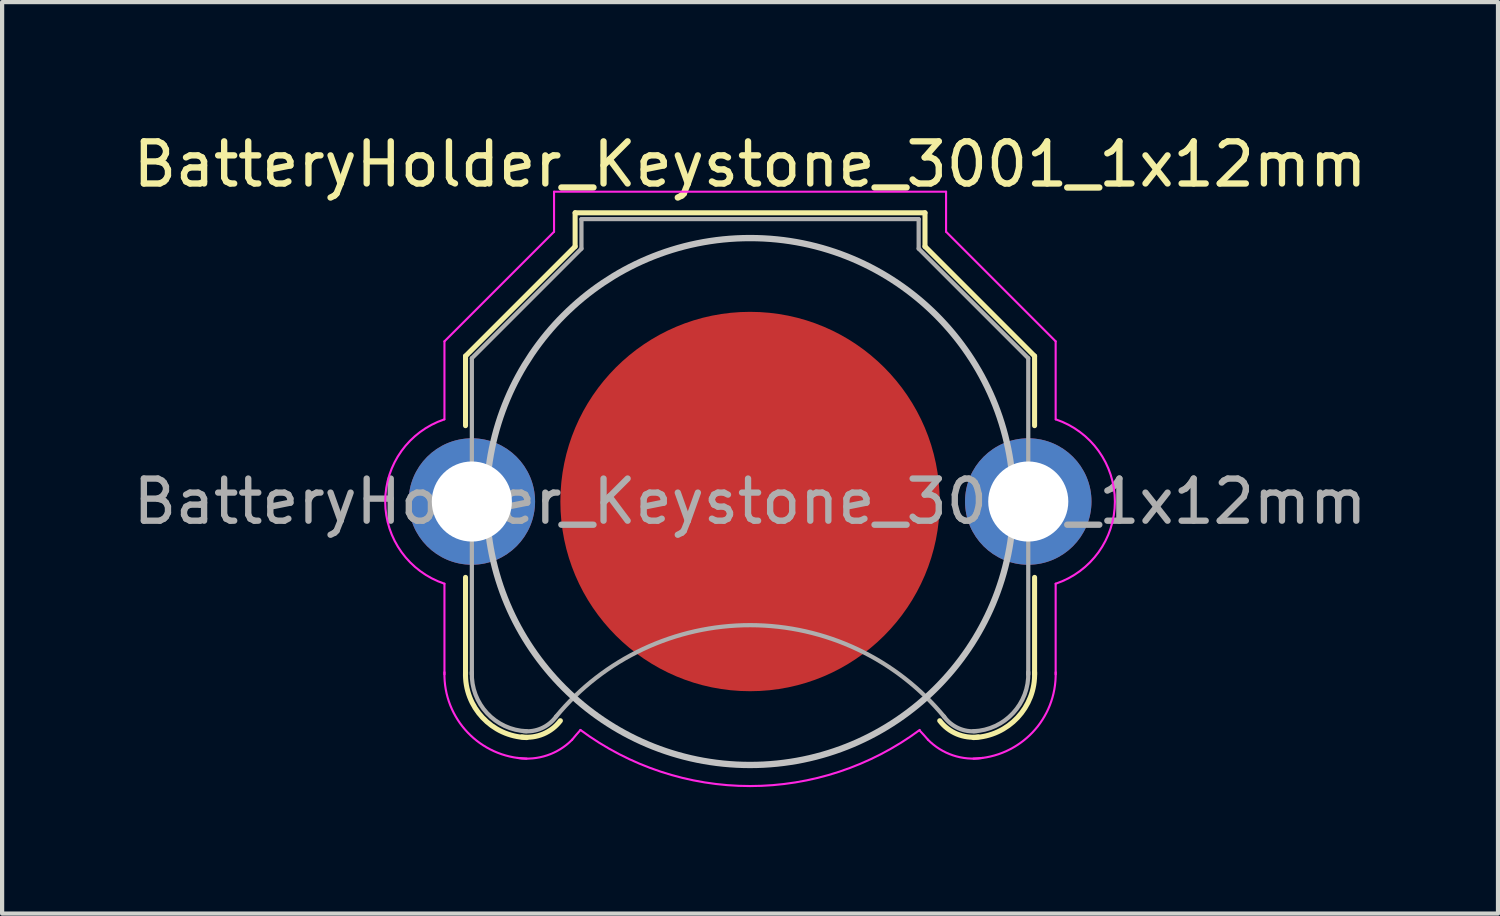
<source format=kicad_pcb>
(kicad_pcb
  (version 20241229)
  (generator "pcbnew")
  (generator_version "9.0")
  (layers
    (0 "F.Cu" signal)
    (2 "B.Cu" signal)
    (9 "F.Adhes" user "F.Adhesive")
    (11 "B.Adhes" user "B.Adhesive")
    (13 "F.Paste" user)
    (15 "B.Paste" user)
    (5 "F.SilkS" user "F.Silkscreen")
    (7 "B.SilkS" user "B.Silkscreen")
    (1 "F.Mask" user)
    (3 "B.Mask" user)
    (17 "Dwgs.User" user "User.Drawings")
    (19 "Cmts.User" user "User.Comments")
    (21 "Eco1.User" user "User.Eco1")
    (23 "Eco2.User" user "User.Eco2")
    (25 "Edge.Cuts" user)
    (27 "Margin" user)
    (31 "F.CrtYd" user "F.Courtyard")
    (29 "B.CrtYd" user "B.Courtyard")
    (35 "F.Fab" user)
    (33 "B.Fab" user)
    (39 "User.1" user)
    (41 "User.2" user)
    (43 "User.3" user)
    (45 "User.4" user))
  (footprint "BatteryHolder_Keystone_3001_1x12mm"
    (layer "F.Cu")
    (at 14.744 8.848)
    (property "Reference" "BatteryHolder_Keystone_3001_1x12mm" (at 0 -8 0) (layer "F.SilkS") (effects (font (size 1 1) (thickness 0.15))))
    (attr through_hole)
    (fp_line (start -6.75 -3.45) (end -4.15 -6.05) (stroke (width 0.12) (type solid)) (layer "F.SilkS"))
    (fp_line (start -6.75 -1.8) (end -6.75 -3.45) (stroke (width 0.12) (type solid)) (layer "F.SilkS"))
    (fp_line (start -6.75 1.8) (end -6.75 4.1) (stroke (width 0.12) (type solid)) (layer "F.SilkS"))
    (fp_line (start -4.15 -6.85) (end 4.15 -6.85) (stroke (width 0.12) (type solid)) (layer "F.SilkS"))
    (fp_line (start -4.15 -6.05) (end -4.15 -6.85) (stroke (width 0.12) (type solid)) (layer "F.SilkS"))
    (fp_line (start 4.15 -6.85) (end 4.15 -6.05) (stroke (width 0.12) (type solid)) (layer "F.SilkS"))
    (fp_line (start 4.15 -6.05) (end 6.75 -3.45) (stroke (width 0.12) (type solid)) (layer "F.SilkS"))
    (fp_line (start 6.75 -3.45) (end 6.75 -1.8) (stroke (width 0.12) (type solid)) (layer "F.SilkS"))
    (fp_line (start 6.75 1.8) (end 6.75 4.1) (stroke (width 0.12) (type solid)) (layer "F.SilkS"))
    (fp_arc (start -5.3 5.6) (mid -6.346016 5.125305) (end -6.75 4.05) (stroke (width 0.12) (type solid)) (layer "F.SilkS"))
    (fp_arc (start -4.5 5.2) (mid -4.90584 5.514615) (end -5.414615 5.58416) (stroke (width 0.12) (type solid)) (layer "F.SilkS"))
    (fp_arc (start 5.414615 5.58416) (mid 4.90584 5.514615) (end 4.5 5.2) (stroke (width 0.12) (type solid)) (layer "F.SilkS"))
    (fp_arc (start 6.75 4.05) (mid 6.346016 5.125305) (end 5.3 5.6) (stroke (width 0.12) (type solid)) (layer "F.SilkS"))
    (fp_circle (center 0 0) (end 0 6.25) (stroke (width 0.15) (type solid)) (fill no) (layer "Dwgs.User"))
    (fp_line (start -7.25 -3.8) (end -4.65 -6.4) (stroke (width 0.05) (type solid)) (layer "F.CrtYd"))
    (fp_line (start -7.25 -1.95) (end -7.25 -3.8) (stroke (width 0.05) (type solid)) (layer "F.CrtYd"))
    (fp_line (start -7.25 1.95) (end -7.25 4.1) (stroke (width 0.05) (type solid)) (layer "F.CrtYd"))
    (fp_line (start -4.65 -7.35) (end 4.65 -7.35) (stroke (width 0.05) (type solid)) (layer "F.CrtYd"))
    (fp_line (start -4.65 -6.4) (end -4.65 -7.35) (stroke (width 0.05) (type solid)) (layer "F.CrtYd"))
    (fp_line (start 4.65 -6.4) (end 4.65 -7.35) (stroke (width 0.05) (type solid)) (layer "F.CrtYd"))
    (fp_line (start 7.25 -3.8) (end 4.65 -6.4) (stroke (width 0.05) (type solid)) (layer "F.CrtYd"))
    (fp_line (start 7.25 -1.95) (end 7.25 -3.8) (stroke (width 0.05) (type solid)) (layer "F.CrtYd"))
    (fp_line (start 7.25 1.95) (end 7.25 4.1) (stroke (width 0.05) (type solid)) (layer "F.CrtYd"))
    (fp_arc (start -7.25 1.95) (mid -8.655479 0.002334) (end -7.254426 -1.948519) (stroke (width 0.05) (type solid)) (layer "F.CrtYd"))
    (fp_arc (start -5.3 6.1) (mid -6.699569 5.478858) (end -7.25 4.05) (stroke (width 0.05) (type solid)) (layer "F.CrtYd"))
    (fp_arc (start -4.22 5.65) (mid -4.814553 6.021742) (end -5.513125 6.082436) (stroke (width 0.05) (type solid)) (layer "F.CrtYd"))
    (fp_arc (start -4.22 5.65) (mid -4.123743 5.534157) (end -4.024388 5.42096) (stroke (width 0.05) (type solid)) (layer "F.CrtYd"))
    (fp_arc (start 0 6.75) (mid -2.119449 6.408622) (end -4.024518 5.419018) (stroke (width 0.05) (type solid)) (layer "F.CrtYd"))
    (fp_arc (start 4.024518 5.419018) (mid 2.119449 6.408622) (end 0 6.75) (stroke (width 0.05) (type solid)) (layer "F.CrtYd"))
    (fp_arc (start 4.02471 5.432858) (mid 4.123824 5.540108) (end 4.22 5.65) (stroke (width 0.05) (type solid)) (layer "F.CrtYd"))
    (fp_arc (start 5.513125 6.082436) (mid 4.814553 6.021742) (end 4.22 5.65) (stroke (width 0.05) (type solid)) (layer "F.CrtYd"))
    (fp_arc (start 7.25 4.05) (mid 6.699569 5.478858) (end 5.3 6.1) (stroke (width 0.05) (type solid)) (layer "F.CrtYd"))
    (fp_arc (start 7.254426 -1.948519) (mid 8.655479 0.002334) (end 7.25 1.95) (stroke (width 0.05) (type solid)) (layer "F.CrtYd"))
    (fp_line (start -6.6 -3.4) (end -6.6 4.1) (stroke (width 0.1) (type solid)) (layer "F.Fab"))
    (fp_line (start -4 -6.7) (end -4 -6) (stroke (width 0.1) (type solid)) (layer "F.Fab"))
    (fp_line (start -4 -6.7) (end 4 -6.7) (stroke (width 0.1) (type solid)) (layer "F.Fab"))
    (fp_line (start -4 -6) (end -6.6 -3.4) (stroke (width 0.1) (type solid)) (layer "F.Fab"))
    (fp_line (start 4 -6.7) (end 4 -6) (stroke (width 0.1) (type solid)) (layer "F.Fab"))
    (fp_line (start 4 -6) (end 6.6 -3.4) (stroke (width 0.1) (type solid)) (layer "F.Fab"))
    (fp_line (start 6.6 -3.4) (end 6.6 4.1) (stroke (width 0.1) (type solid)) (layer "F.Fab"))
    (fp_arc (start -5.3 5.45) (mid -6.239949 5.019239) (end -6.6 4.05) (stroke (width 0.1) (type solid)) (layer "F.Fab"))
    (fp_arc (start -4.6 5.1) (mid -4.942443 5.378013) (end -5.378013 5.447558) (stroke (width 0.1) (type solid)) (layer "F.Fab"))
    (fp_arc (start -4.6 5.1) (mid 0.006214 2.93343) (end 4.607905 5.109589) (stroke (width 0.1) (type solid)) (layer "F.Fab"))
    (fp_arc (start 5.378013 5.447558) (mid 4.942442 5.378013) (end 4.6 5.1) (stroke (width 0.1) (type solid)) (layer "F.Fab"))
    (fp_arc (start 6.6 4.05) (mid 6.239949 5.019239) (end 5.3 5.45) (stroke (width 0.1) (type solid)) (layer "F.Fab"))
    (fp_text user "${REFERENCE}" (at 0 0 0) (layer "F.Fab") (effects (font (size 1 1) (thickness 0.15))))
    (pad "1" thru_hole circle (at -6.6 0) (size 3 3) (drill 1.9) (layers "*.Cu" "*.Mask"))
    (pad "1" thru_hole circle (at 6.6 0) (size 3 3) (drill 1.9) (layers "*.Cu" "*.Mask"))
    (pad "2" smd circle (at 0 0) (size 9 9) (layers "F.Cu" "F.Mask")))
  (gr_rect
    (start -3 -3)
    (end 32.488 18.623)
    (stroke (width 0.1) (type default))
    (fill no)
    (layer "Edge.Cuts")))
</source>
